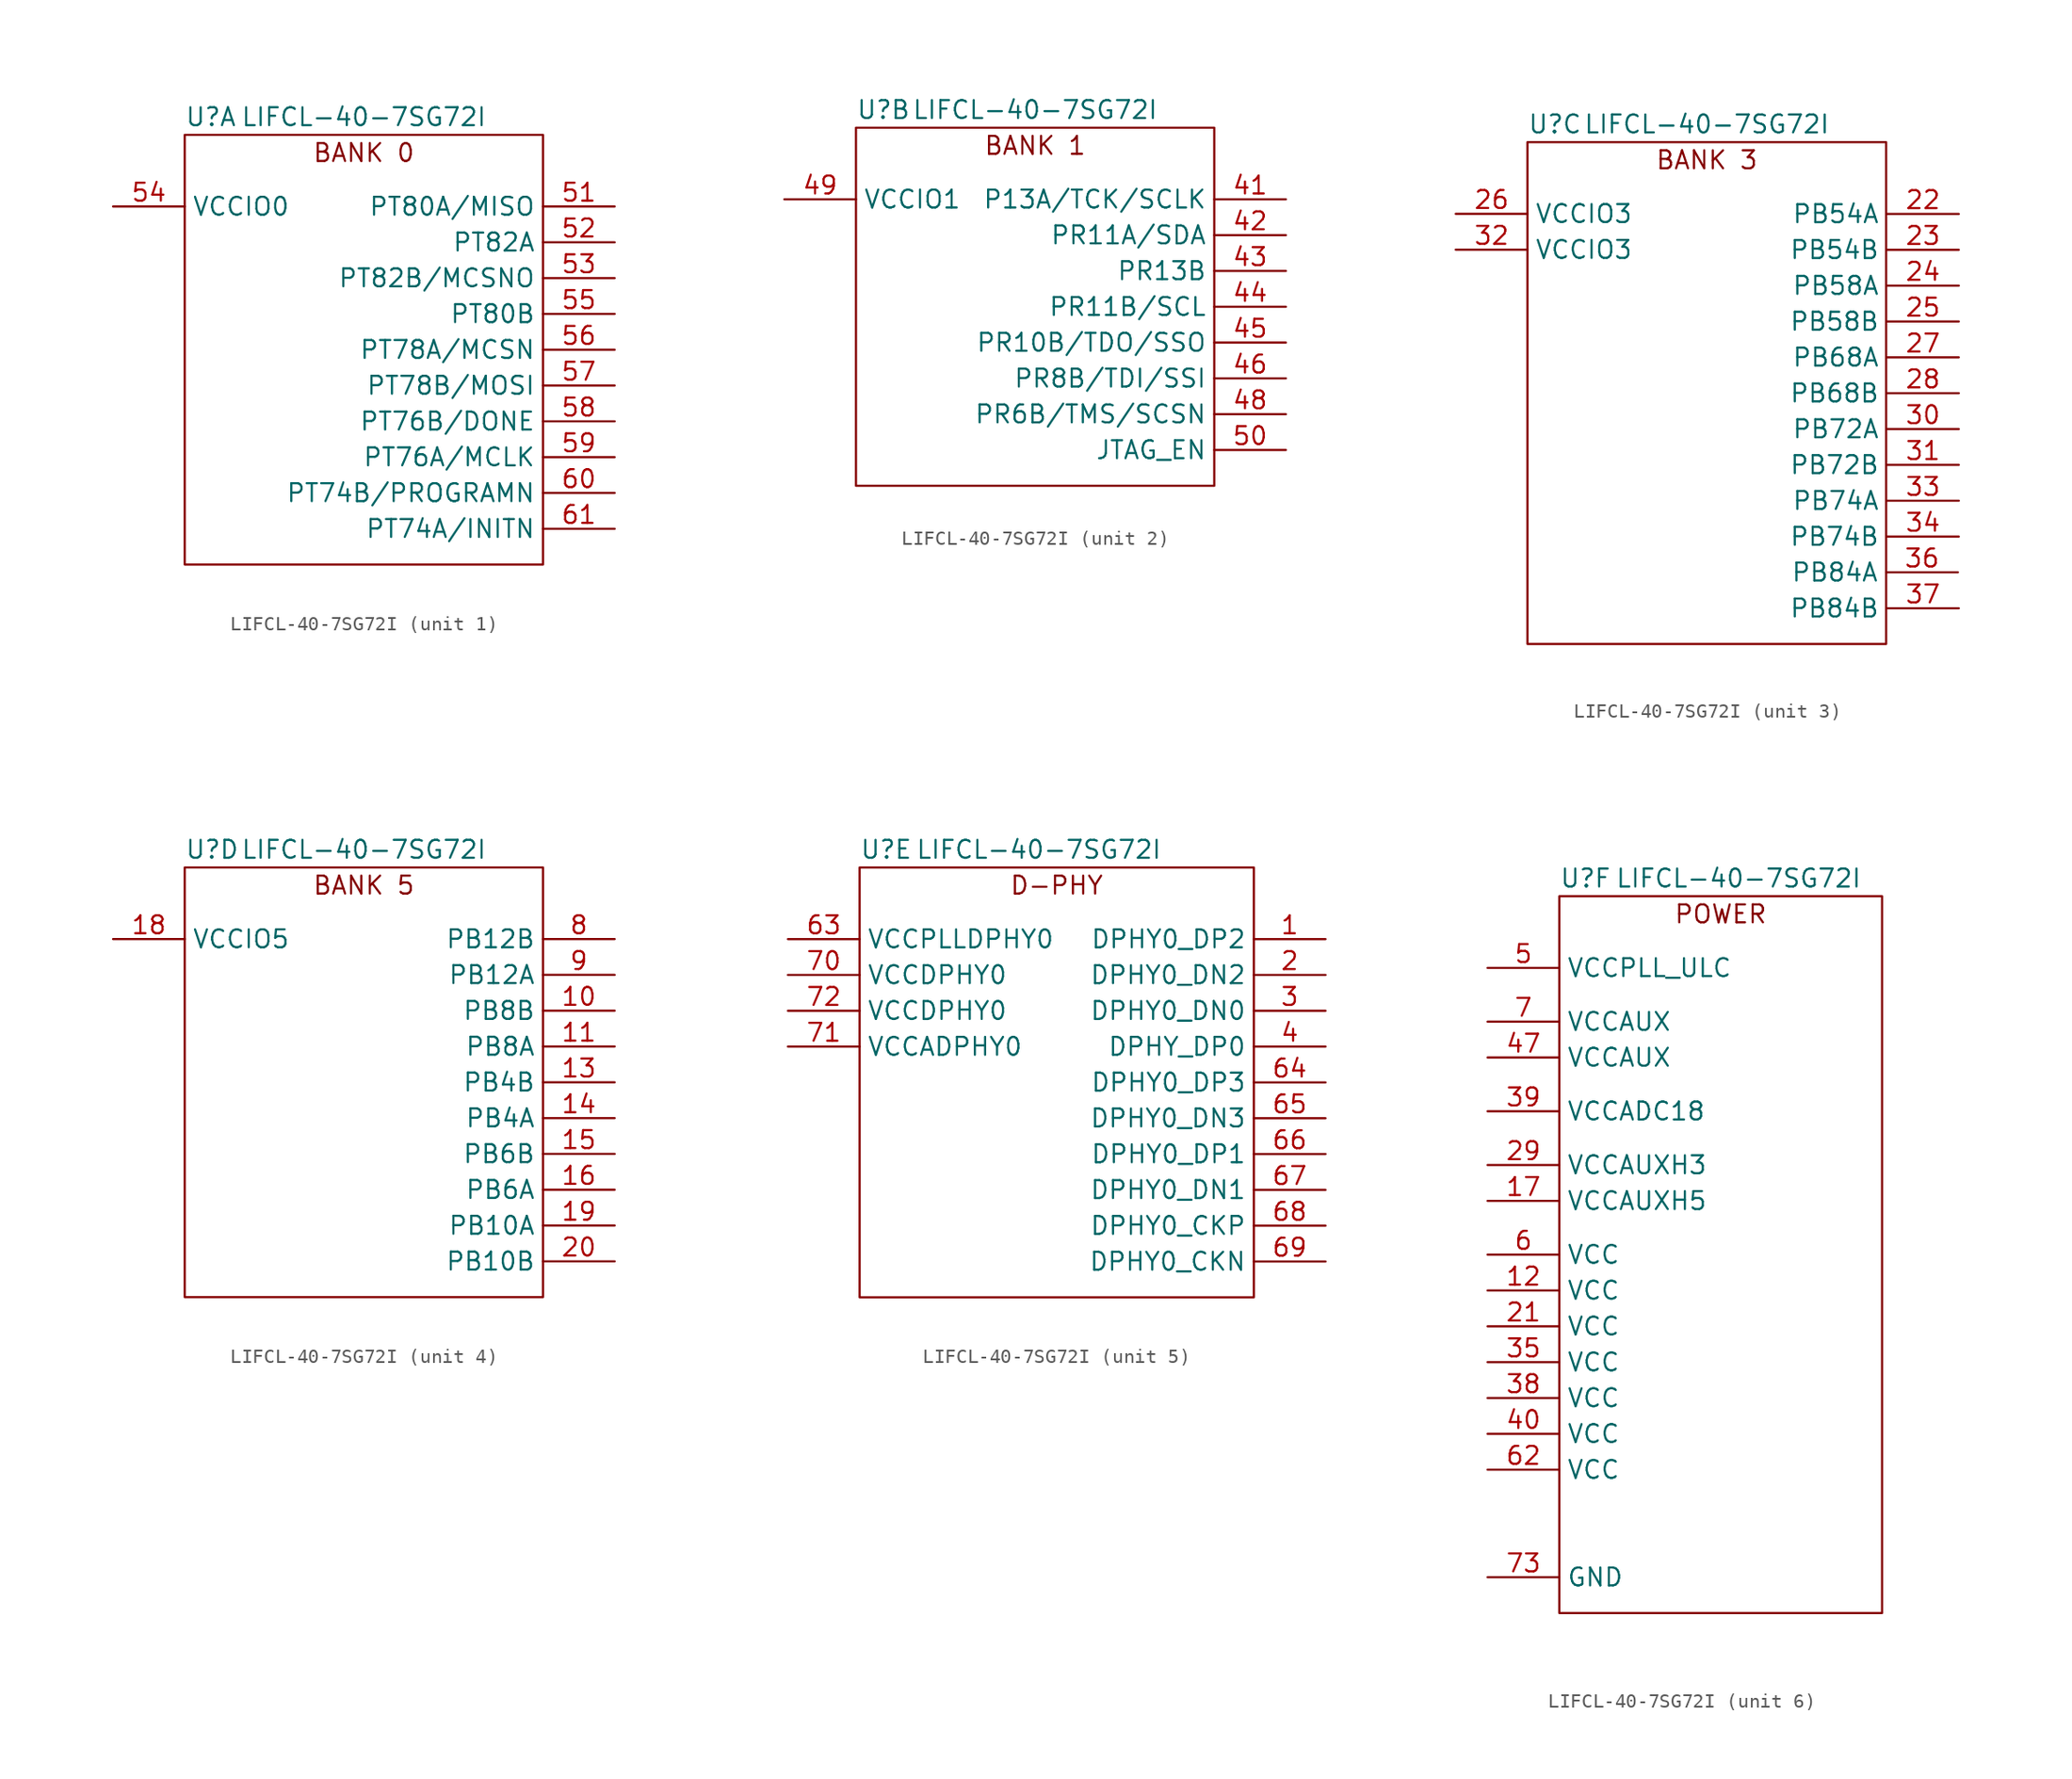
<source format=kicad_sym>
(kicad_symbol_lib
  (version 20220914)
  (generator kicad_symbol_editor)
  (symbol "LIFCL-40-7SG72I"
    (property "Reference" "U"
      (at 0 1.27 0)
      (effects (font (size 1.27 1.27)) (justify left)))
    (property "Value" "LIFCL-40-7SG72I"
      (at 12.7 1.27 0)
      (effects (font (size 1.27 1.27))))
    (property "ki_locked" ""
      (at 0 0 0)
      (effects (font (size 1.27 1.27))))
    (symbol "LIFCL-40-7SG72I_1_1"
      (rectangle (start 0 0) (end 25.4 -30.48) (stroke (width 0) (type default)) (fill (type none)))
      (text "BANK 0" (at 12.7 -1.27 0) (effects (font (size 1.27 1.27))))
      (pin bidirectional line (at 30.48 -5.08 180) (length 5.08) (name "PT80A/MISO" (effects (font (size 1.27 1.27)))) (number "51" (effects (font (size 1.27 1.27)))))
      (pin bidirectional line (at 30.48 -7.62 180) (length 5.08) (name "PT82A" (effects (font (size 1.27 1.27)))) (number "52" (effects (font (size 1.27 1.27)))))
      (pin bidirectional line (at 30.48 -10.16 180) (length 5.08) (name "PT82B/MCSNO" (effects (font (size 1.27 1.27)))) (number "53" (effects (font (size 1.27 1.27)))))
      (pin power_in line (at -5.08 -5.08 0) (length 5.08) (name "VCCIO0" (effects (font (size 1.27 1.27)))) (number "54" (effects (font (size 1.27 1.27)))))
      (pin bidirectional line (at 30.48 -12.7 180) (length 5.08) (name "PT80B" (effects (font (size 1.27 1.27)))) (number "55" (effects (font (size 1.27 1.27)))))
      (pin bidirectional line (at 30.48 -15.24 180) (length 5.08) (name "PT78A/MCSN" (effects (font (size 1.27 1.27)))) (number "56" (effects (font (size 1.27 1.27)))))
      (pin bidirectional line (at 30.48 -17.78 180) (length 5.08) (name "PT78B/MOSI" (effects (font (size 1.27 1.27)))) (number "57" (effects (font (size 1.27 1.27)))))
      (pin bidirectional line (at 30.48 -20.32 180) (length 5.08) (name "PT76B/DONE" (effects (font (size 1.27 1.27)))) (number "58" (effects (font (size 1.27 1.27)))))
      (pin bidirectional line (at 30.48 -22.86 180) (length 5.08) (name "PT76A/MCLK" (effects (font (size 1.27 1.27)))) (number "59" (effects (font (size 1.27 1.27)))))
      (pin bidirectional line (at 30.48 -25.4 180) (length 5.08) (name "PT74B/PROGRAMN" (effects (font (size 1.27 1.27)))) (number "60" (effects (font (size 1.27 1.27)))))
      (pin bidirectional line (at 30.48 -27.94 180) (length 5.08) (name "PT74A/INITN" (effects (font (size 1.27 1.27)))) (number "61" (effects (font (size 1.27 1.27))))))
    (symbol "LIFCL-40-7SG72I_2_1"
      (rectangle (start 0 0) (end 25.4 -25.4) (stroke (width 0) (type default)) (fill (type none)))
      (text "BANK 1" (at 12.7 -1.27 0) (effects (font (size 1.27 1.27))))
      (pin bidirectional line (at 30.48 -5.08 180) (length 5.08) (name "P13A/TCK/SCLK" (effects (font (size 1.27 1.27)))) (number "41" (effects (font (size 1.27 1.27)))))
      (pin bidirectional line (at 30.48 -7.62 180) (length 5.08) (name "PR11A/SDA" (effects (font (size 1.27 1.27)))) (number "42" (effects (font (size 1.27 1.27)))))
      (pin bidirectional line (at 30.48 -10.16 180) (length 5.08) (name "PR13B" (effects (font (size 1.27 1.27)))) (number "43" (effects (font (size 1.27 1.27)))))
      (pin bidirectional line (at 30.48 -12.7 180) (length 5.08) (name "PR11B/SCL" (effects (font (size 1.27 1.27)))) (number "44" (effects (font (size 1.27 1.27)))))
      (pin bidirectional line (at 30.48 -15.24 180) (length 5.08) (name "PR10B/TDO/SSO" (effects (font (size 1.27 1.27)))) (number "45" (effects (font (size 1.27 1.27)))))
      (pin bidirectional line (at 30.48 -17.78 180) (length 5.08) (name "PR8B/TDI/SSI" (effects (font (size 1.27 1.27)))) (number "46" (effects (font (size 1.27 1.27)))))
      (pin bidirectional line (at 30.48 -20.32 180) (length 5.08) (name "PR6B/TMS/SCSN" (effects (font (size 1.27 1.27)))) (number "48" (effects (font (size 1.27 1.27)))))
      (pin power_in line (at -5.08 -5.08 0) (length 5.08) (name "VCCIO1" (effects (font (size 1.27 1.27)))) (number "49" (effects (font (size 1.27 1.27)))))
      (pin bidirectional line (at 30.48 -22.86 180) (length 5.08) (name "JTAG_EN" (effects (font (size 1.27 1.27)))) (number "50" (effects (font (size 1.27 1.27))))))
    (symbol "LIFCL-40-7SG72I_3_1"
      (rectangle (start 0 0) (end 25.4 -35.56) (stroke (width 0) (type default)) (fill (type none)))
      (text "BANK 3" (at 12.7 -1.27 0) (effects (font (size 1.27 1.27))))
      (pin bidirectional line (at 30.545 -5.089 180) (length 5.08) (name "PB54A" (effects (font (size 1.27 1.27)))) (number "22" (effects (font (size 1.27 1.27)))))
      (pin bidirectional line (at 30.545 -7.629 180) (length 5.08) (name "PB54B" (effects (font (size 1.27 1.27)))) (number "23" (effects (font (size 1.27 1.27)))))
      (pin bidirectional line (at 30.545 -10.169 180) (length 5.08) (name "PB58A" (effects (font (size 1.27 1.27)))) (number "24" (effects (font (size 1.27 1.27)))))
      (pin bidirectional line (at 30.545 -12.709 180) (length 5.08) (name "PB58B" (effects (font (size 1.27 1.27)))) (number "25" (effects (font (size 1.27 1.27)))))
      (pin power_in line (at -5.08 -5.08 0) (length 5.08) (name "VCCIO3" (effects (font (size 1.27 1.27)))) (number "26" (effects (font (size 1.27 1.27)))))
      (pin bidirectional line (at 30.545 -15.249 180) (length 5.08) (name "PB68A" (effects (font (size 1.27 1.27)))) (number "27" (effects (font (size 1.27 1.27)))))
      (pin bidirectional line (at 30.545 -17.789 180) (length 5.08) (name "PB68B" (effects (font (size 1.27 1.27)))) (number "28" (effects (font (size 1.27 1.27)))))
      (pin bidirectional line (at 30.545 -20.329 180) (length 5.08) (name "PB72A" (effects (font (size 1.27 1.27)))) (number "30" (effects (font (size 1.27 1.27)))))
      (pin bidirectional line (at 30.545 -22.869 180) (length 5.08) (name "PB72B" (effects (font (size 1.27 1.27)))) (number "31" (effects (font (size 1.27 1.27)))))
      (pin power_in line (at -5.08 -7.62 0) (length 5.08) (name "VCCIO3" (effects (font (size 1.27 1.27)))) (number "32" (effects (font (size 1.27 1.27)))))
      (pin power_in line (at 30.545 -25.409 180) (length 5.08) (name "PB74A" (effects (font (size 1.27 1.27)))) (number "33" (effects (font (size 1.27 1.27)))))
      (pin power_in line (at 30.545 -27.949 180) (length 5.08) (name "PB74B" (effects (font (size 1.27 1.27)))) (number "34" (effects (font (size 1.27 1.27)))))
      (pin power_in line (at 30.48 -30.48 180) (length 5.08) (name "PB84A" (effects (font (size 1.27 1.27)))) (number "36" (effects (font (size 1.27 1.27)))))
      (pin power_in line (at 30.545 -33.029 180) (length 5.08) (name "PB84B" (effects (font (size 1.27 1.27)))) (number "37" (effects (font (size 1.27 1.27))))))
    (symbol "LIFCL-40-7SG72I_4_1"
      (rectangle (start 0 0) (end 25.4 -30.48) (stroke (width 0) (type default)) (fill (type none)))
      (text "BANK 5" (at 12.7 -1.27 0) (effects (font (size 1.27 1.27))))
      (pin bidirectional line (at 30.48 -10.16 180) (length 5.08) (name "PB8B" (effects (font (size 1.27 1.27)))) (number "10" (effects (font (size 1.27 1.27)))))
      (pin bidirectional line (at 30.48 -12.7 180) (length 5.08) (name "PB8A" (effects (font (size 1.27 1.27)))) (number "11" (effects (font (size 1.27 1.27)))))
      (pin bidirectional line (at 30.48 -15.24 180) (length 5.08) (name "PB4B" (effects (font (size 1.27 1.27)))) (number "13" (effects (font (size 1.27 1.27)))))
      (pin bidirectional line (at 30.48 -17.78 180) (length 5.08) (name "PB4A" (effects (font (size 1.27 1.27)))) (number "14" (effects (font (size 1.27 1.27)))))
      (pin bidirectional line (at 30.48 -20.32 180) (length 5.08) (name "PB6B" (effects (font (size 1.27 1.27)))) (number "15" (effects (font (size 1.27 1.27)))))
      (pin bidirectional line (at 30.48 -22.86 180) (length 5.08) (name "PB6A" (effects (font (size 1.27 1.27)))) (number "16" (effects (font (size 1.27 1.27)))))
      (pin power_in line (at -5.08 -5.08 0) (length 5.08) (name "VCCIO5" (effects (font (size 1.27 1.27)))) (number "18" (effects (font (size 1.27 1.27)))))
      (pin bidirectional line (at 30.48 -25.4 180) (length 5.08) (name "PB10A" (effects (font (size 1.27 1.27)))) (number "19" (effects (font (size 1.27 1.27)))))
      (pin bidirectional line (at 30.48 -27.94 180) (length 5.08) (name "PB10B" (effects (font (size 1.27 1.27)))) (number "20" (effects (font (size 1.27 1.27)))))
      (pin bidirectional line (at 30.48 -5.08 180) (length 5.08) (name "PB12B" (effects (font (size 1.27 1.27)))) (number "8" (effects (font (size 1.27 1.27)))))
      (pin bidirectional line (at 30.48 -7.62 180) (length 5.08) (name "PB12A" (effects (font (size 1.27 1.27)))) (number "9" (effects (font (size 1.27 1.27))))))
    (symbol "LIFCL-40-7SG72I_5_1"
      (rectangle (start 0 0) (end 27.94 -30.48) (stroke (width 0) (type default)) (fill (type none)))
      (text "D-PHY" (at 13.97 -1.27 0) (effects (font (size 1.27 1.27))))
      (pin bidirectional line (at 33.02 -5.08 180) (length 5.08) (name "DPHY0_DP2" (effects (font (size 1.27 1.27)))) (number "1" (effects (font (size 1.27 1.27)))))
      (pin bidirectional line (at 33.02 -7.62 180) (length 5.08) (name "DPHY0_DN2" (effects (font (size 1.27 1.27)))) (number "2" (effects (font (size 1.27 1.27)))))
      (pin bidirectional line (at 33.02 -10.16 180) (length 5.08) (name "DPHY0_DN0" (effects (font (size 1.27 1.27)))) (number "3" (effects (font (size 1.27 1.27)))))
      (pin bidirectional line (at 33.02 -12.7 180) (length 5.08) (name "DPHY_DP0" (effects (font (size 1.27 1.27)))) (number "4" (effects (font (size 1.27 1.27)))))
      (pin power_in line (at -5.08 -5.08 0) (length 5.08) (name "VCCPLLDPHY0" (effects (font (size 1.27 1.27)))) (number "63" (effects (font (size 1.27 1.27)))))
      (pin bidirectional line (at 33.02 -15.24 180) (length 5.08) (name "DPHY0_DP3" (effects (font (size 1.27 1.27)))) (number "64" (effects (font (size 1.27 1.27)))))
      (pin bidirectional line (at 33.02 -17.78 180) (length 5.08) (name "DPHY0_DN3" (effects (font (size 1.27 1.27)))) (number "65" (effects (font (size 1.27 1.27)))))
      (pin bidirectional line (at 33.02 -20.32 180) (length 5.08) (name "DPHY0_DP1" (effects (font (size 1.27 1.27)))) (number "66" (effects (font (size 1.27 1.27)))))
      (pin bidirectional line (at 33.02 -22.86 180) (length 5.08) (name "DPHY0_DN1" (effects (font (size 1.27 1.27)))) (number "67" (effects (font (size 1.27 1.27)))))
      (pin bidirectional line (at 33.02 -25.4 180) (length 5.08) (name "DPHY0_CKP" (effects (font (size 1.27 1.27)))) (number "68" (effects (font (size 1.27 1.27)))))
      (pin bidirectional line (at 33.02 -27.94 180) (length 5.08) (name "DPHY0_CKN" (effects (font (size 1.27 1.27)))) (number "69" (effects (font (size 1.27 1.27)))))
      (pin power_in line (at -5.08 -7.62 0) (length 5.08) (name "VCCDPHY0" (effects (font (size 1.27 1.27)))) (number "70" (effects (font (size 1.27 1.27)))))
      (pin power_in line (at -5.08 -12.7 0) (length 5.08) (name "VCCADPHY0" (effects (font (size 1.27 1.27)))) (number "71" (effects (font (size 1.27 1.27)))))
      (pin power_in line (at -5.08 -10.16 0) (length 5.08) (name "VCCDPHY0" (effects (font (size 1.27 1.27)))) (number "72" (effects (font (size 1.27 1.27))))))
    (symbol "LIFCL-40-7SG72I_6_1"
      (rectangle (start 0 0) (end 22.86 -50.8) (stroke (width 0) (type default)) (fill (type none)))
      (text "POWER" (at 11.43 -1.27 0) (effects (font (size 1.27 1.27))))
      (pin power_in line (at -5.08 -27.94 0) (length 5.08) (name "VCC" (effects (font (size 1.27 1.27)))) (number "12" (effects (font (size 1.27 1.27)))))
      (pin power_in line (at -5.08 -21.59 0) (length 5.08) (name "VCCAUXH5" (effects (font (size 1.27 1.27)))) (number "17" (effects (font (size 1.27 1.27)))))
      (pin power_in line (at -5.08 -30.48 0) (length 5.08) (name "VCC" (effects (font (size 1.27 1.27)))) (number "21" (effects (font (size 1.27 1.27)))))
      (pin power_in line (at -5.08 -19.05 0) (length 5.08) (name "VCCAUXH3" (effects (font (size 1.27 1.27)))) (number "29" (effects (font (size 1.27 1.27)))))
      (pin power_in line (at -5.08 -33.02 0) (length 5.08) (name "VCC" (effects (font (size 1.27 1.27)))) (number "35" (effects (font (size 1.27 1.27)))))
      (pin power_in line (at -5.08 -35.56 0) (length 5.08) (name "VCC" (effects (font (size 1.27 1.27)))) (number "38" (effects (font (size 1.27 1.27)))))
      (pin power_in line (at -5.08 -15.24 0) (length 5.08) (name "VCCADC18" (effects (font (size 1.27 1.27)))) (number "39" (effects (font (size 1.27 1.27)))))
      (pin power_in line (at -5.08 -38.1 0) (length 5.08) (name "VCC" (effects (font (size 1.27 1.27)))) (number "40" (effects (font (size 1.27 1.27)))))
      (pin power_in line (at -5.08 -11.43 0) (length 5.08) (name "VCCAUX" (effects (font (size 1.27 1.27)))) (number "47" (effects (font (size 1.27 1.27)))))
      (pin power_in line (at -5.08 -5.08 0) (length 5.08) (name "VCCPLL_ULC" (effects (font (size 1.27 1.27)))) (number "5" (effects (font (size 1.27 1.27)))))
      (pin power_in line (at -5.08 -25.4 0) (length 5.08) (name "VCC" (effects (font (size 1.27 1.27)))) (number "6" (effects (font (size 1.27 1.27)))))
      (pin power_in line (at -5.08 -40.64 0) (length 5.08) (name "VCC" (effects (font (size 1.27 1.27)))) (number "62" (effects (font (size 1.27 1.27)))))
      (pin power_in line (at -5.08 -8.89 0) (length 5.08) (name "VCCAUX" (effects (font (size 1.27 1.27)))) (number "7" (effects (font (size 1.27 1.27)))))
      (pin power_in line (at -5.08 -48.26 0) (length 5.08) (name "GND" (effects (font (size 1.27 1.27)))) (number "73" (effects (font (size 1.27 1.27))))))))
</source>
